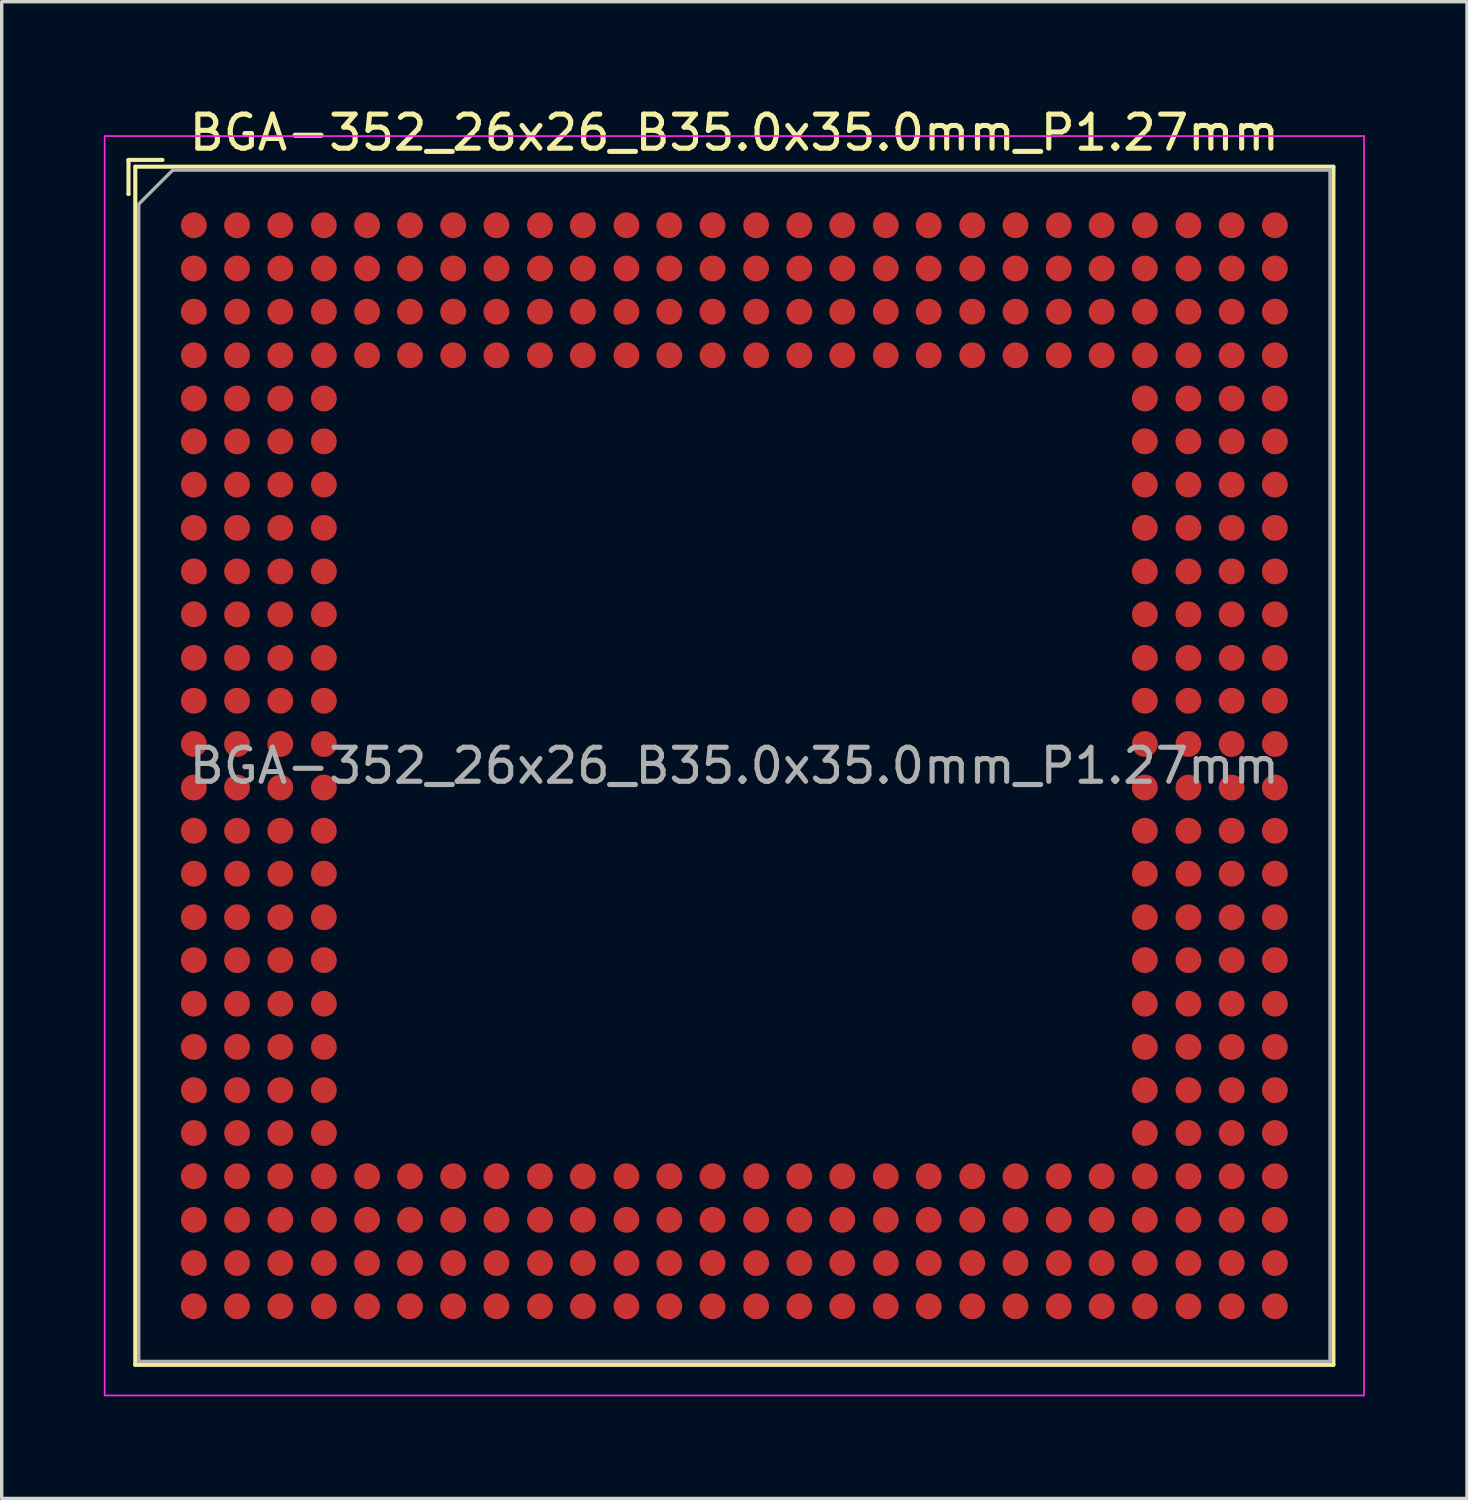
<source format=kicad_pcb>
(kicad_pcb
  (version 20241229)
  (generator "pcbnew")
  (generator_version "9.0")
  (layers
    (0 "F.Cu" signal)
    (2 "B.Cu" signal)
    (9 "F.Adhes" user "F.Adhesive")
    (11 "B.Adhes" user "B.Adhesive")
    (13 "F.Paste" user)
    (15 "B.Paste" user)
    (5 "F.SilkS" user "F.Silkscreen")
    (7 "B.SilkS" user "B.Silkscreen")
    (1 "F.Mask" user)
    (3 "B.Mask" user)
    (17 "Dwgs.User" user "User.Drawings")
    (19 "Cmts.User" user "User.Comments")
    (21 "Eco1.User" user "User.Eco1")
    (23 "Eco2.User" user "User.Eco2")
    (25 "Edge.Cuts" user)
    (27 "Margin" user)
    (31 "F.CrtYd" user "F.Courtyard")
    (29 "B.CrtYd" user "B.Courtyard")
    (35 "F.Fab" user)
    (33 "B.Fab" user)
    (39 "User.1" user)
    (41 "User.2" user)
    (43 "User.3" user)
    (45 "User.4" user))
  (footprint "BGA-352_26x26_B35.0x35.0mm_P1.27mm"
    (layer "F.Cu")
    (at 18.525 19.448)
    (property "Reference" "BGA-352_26x26_B35.0x35.0mm_P1.27mm" (at 0 -18.6 0) (layer "F.SilkS") (effects (font (size 1 1) (thickness 0.15))))
    (attr smd)
    (fp_line (start -17.8 -17.8) (end -17.8 -16.8) (stroke (width 0.12) (type solid)) (layer "F.SilkS"))
    (fp_line (start -17.8 -16.8) (end -17.8 -16.8) (stroke (width 0.12) (type solid)) (layer "F.SilkS"))
    (fp_line (start -17.6 -17.6) (end 17.6 -17.6) (stroke (width 0.12) (type solid)) (layer "F.SilkS"))
    (fp_line (start -17.6 17.6) (end -17.6 -17.6) (stroke (width 0.12) (type solid)) (layer "F.SilkS"))
    (fp_line (start -16.8 -17.8) (end -17.8 -17.8) (stroke (width 0.12) (type solid)) (layer "F.SilkS"))
    (fp_line (start 17.6 -17.6) (end 17.6 17.6) (stroke (width 0.12) (type solid)) (layer "F.SilkS"))
    (fp_line (start 17.6 17.6) (end -17.6 17.6) (stroke (width 0.12) (type solid)) (layer "F.SilkS"))
    (fp_line (start -18.5 -18.5) (end -18.5 18.5) (stroke (width 0.05) (type solid)) (layer "F.CrtYd"))
    (fp_line (start -18.5 -18.5) (end 18.5 -18.5) (stroke (width 0.05) (type solid)) (layer "F.CrtYd"))
    (fp_line (start 18.5 18.5) (end -18.5 18.5) (stroke (width 0.05) (type solid)) (layer "F.CrtYd"))
    (fp_line (start 18.5 18.5) (end 18.5 -18.5) (stroke (width 0.05) (type solid)) (layer "F.CrtYd"))
    (fp_line (start -17.5 -16.5) (end -17.5 17.5) (stroke (width 0.1) (type solid)) (layer "F.Fab"))
    (fp_line (start -17.5 17.5) (end 17.5 17.5) (stroke (width 0.1) (type solid)) (layer "F.Fab"))
    (fp_line (start -16.5 -17.5) (end -17.5 -16.5) (stroke (width 0.1) (type solid)) (layer "F.Fab"))
    (fp_line (start 17.5 -17.5) (end -16.5 -17.5) (stroke (width 0.1) (type solid)) (layer "F.Fab"))
    (fp_line (start 17.5 17.5) (end 17.5 -17.5) (stroke (width 0.1) (type solid)) (layer "F.Fab"))
    (fp_text user "${REFERENCE}" (at 0 0 0) (layer "F.Fab") (effects (font (size 1 1) (thickness 0.15))))
    (pad "A1" smd circle (at -15.88 -15.88) (size 0.76 0.76) (layers "F.Cu" "F.Mask" "F.Paste"))
    (pad "A2" smd circle (at -14.61 -15.88) (size 0.76 0.76) (layers "F.Cu" "F.Mask" "F.Paste"))
    (pad "A3" smd circle (at -13.34 -15.88) (size 0.76 0.76) (layers "F.Cu" "F.Mask" "F.Paste"))
    (pad "A4" smd circle (at -12.06 -15.88) (size 0.76 0.76) (layers "F.Cu" "F.Mask" "F.Paste"))
    (pad "A5" smd circle (at -10.79 -15.88) (size 0.76 0.76) (layers "F.Cu" "F.Mask" "F.Paste"))
    (pad "A6" smd circle (at -9.53 -15.88) (size 0.76 0.76) (layers "F.Cu" "F.Mask" "F.Paste"))
    (pad "A7" smd circle (at -8.26 -15.88) (size 0.76 0.76) (layers "F.Cu" "F.Mask" "F.Paste"))
    (pad "A8" smd circle (at -6.99 -15.88) (size 0.76 0.76) (layers "F.Cu" "F.Mask" "F.Paste"))
    (pad "A9" smd circle (at -5.71 -15.88) (size 0.76 0.76) (layers "F.Cu" "F.Mask" "F.Paste"))
    (pad "A10" smd circle (at -4.45 -15.88) (size 0.76 0.76) (layers "F.Cu" "F.Mask" "F.Paste"))
    (pad "A11" smd circle (at -3.17 -15.88) (size 0.76 0.76) (layers "F.Cu" "F.Mask" "F.Paste"))
    (pad "A12" smd circle (at -1.91 -15.88) (size 0.76 0.76) (layers "F.Cu" "F.Mask" "F.Paste"))
    (pad "A13" smd circle (at -0.64 -15.88) (size 0.76 0.76) (layers "F.Cu" "F.Mask" "F.Paste"))
    (pad "A14" smd circle (at 0.64 -15.88) (size 0.76 0.76) (layers "F.Cu" "F.Mask" "F.Paste"))
    (pad "A15" smd circle (at 1.91 -15.88) (size 0.76 0.76) (layers "F.Cu" "F.Mask" "F.Paste"))
    (pad "A16" smd circle (at 3.17 -15.88) (size 0.76 0.76) (layers "F.Cu" "F.Mask" "F.Paste"))
    (pad "A17" smd circle (at 4.45 -15.88) (size 0.76 0.76) (layers "F.Cu" "F.Mask" "F.Paste"))
    (pad "A18" smd circle (at 5.71 -15.88) (size 0.76 0.76) (layers "F.Cu" "F.Mask" "F.Paste"))
    (pad "A19" smd circle (at 6.99 -15.88) (size 0.76 0.76) (layers "F.Cu" "F.Mask" "F.Paste"))
    (pad "A20" smd circle (at 8.26 -15.88) (size 0.76 0.76) (layers "F.Cu" "F.Mask" "F.Paste"))
    (pad "A21" smd circle (at 9.53 -15.88) (size 0.76 0.76) (layers "F.Cu" "F.Mask" "F.Paste"))
    (pad "A22" smd circle (at 10.79 -15.88) (size 0.76 0.76) (layers "F.Cu" "F.Mask" "F.Paste"))
    (pad "A23" smd circle (at 12.06 -15.88) (size 0.76 0.76) (layers "F.Cu" "F.Mask" "F.Paste"))
    (pad "A24" smd circle (at 13.34 -15.88) (size 0.76 0.76) (layers "F.Cu" "F.Mask" "F.Paste"))
    (pad "A25" smd circle (at 14.61 -15.88) (size 0.76 0.76) (layers "F.Cu" "F.Mask" "F.Paste"))
    (pad "A26" smd circle (at 15.88 -15.88) (size 0.76 0.76) (layers "F.Cu" "F.Mask" "F.Paste"))
    (pad "AA1" smd circle (at -15.88 9.53) (size 0.76 0.76) (layers "F.Cu" "F.Mask" "F.Paste"))
    (pad "AA2" smd circle (at -14.61 9.53) (size 0.76 0.76) (layers "F.Cu" "F.Mask" "F.Paste"))
    (pad "AA3" smd circle (at -13.34 9.53) (size 0.76 0.76) (layers "F.Cu" "F.Mask" "F.Paste"))
    (pad "AA4" smd circle (at -12.06 9.53) (size 0.76 0.76) (layers "F.Cu" "F.Mask" "F.Paste"))
    (pad "AA23" smd circle (at 12.06 9.53) (size 0.76 0.76) (layers "F.Cu" "F.Mask" "F.Paste"))
    (pad "AA24" smd circle (at 13.34 9.53) (size 0.76 0.76) (layers "F.Cu" "F.Mask" "F.Paste"))
    (pad "AA25" smd circle (at 14.61 9.53) (size 0.76 0.76) (layers "F.Cu" "F.Mask" "F.Paste"))
    (pad "AA26" smd circle (at 15.88 9.53) (size 0.76 0.76) (layers "F.Cu" "F.Mask" "F.Paste"))
    (pad "AB1" smd circle (at -15.88 10.79) (size 0.76 0.76) (layers "F.Cu" "F.Mask" "F.Paste"))
    (pad "AB2" smd circle (at -14.61 10.79) (size 0.76 0.76) (layers "F.Cu" "F.Mask" "F.Paste"))
    (pad "AB3" smd circle (at -13.34 10.79) (size 0.76 0.76) (layers "F.Cu" "F.Mask" "F.Paste"))
    (pad "AB4" smd circle (at -12.06 10.79) (size 0.76 0.76) (layers "F.Cu" "F.Mask" "F.Paste"))
    (pad "AB23" smd circle (at 12.06 10.79) (size 0.76 0.76) (layers "F.Cu" "F.Mask" "F.Paste"))
    (pad "AB24" smd circle (at 13.34 10.79) (size 0.76 0.76) (layers "F.Cu" "F.Mask" "F.Paste"))
    (pad "AB25" smd circle (at 14.61 10.79) (size 0.76 0.76) (layers "F.Cu" "F.Mask" "F.Paste"))
    (pad "AB26" smd circle (at 15.88 10.79) (size 0.76 0.76) (layers "F.Cu" "F.Mask" "F.Paste"))
    (pad "AC1" smd circle (at -15.88 12.06) (size 0.76 0.76) (layers "F.Cu" "F.Mask" "F.Paste"))
    (pad "AC2" smd circle (at -14.61 12.06) (size 0.76 0.76) (layers "F.Cu" "F.Mask" "F.Paste"))
    (pad "AC3" smd circle (at -13.34 12.06) (size 0.76 0.76) (layers "F.Cu" "F.Mask" "F.Paste"))
    (pad "AC4" smd circle (at -12.06 12.06) (size 0.76 0.76) (layers "F.Cu" "F.Mask" "F.Paste"))
    (pad "AC5" smd circle (at -10.79 12.06) (size 0.76 0.76) (layers "F.Cu" "F.Mask" "F.Paste"))
    (pad "AC6" smd circle (at -9.53 12.06) (size 0.76 0.76) (layers "F.Cu" "F.Mask" "F.Paste"))
    (pad "AC7" smd circle (at -8.26 12.06) (size 0.76 0.76) (layers "F.Cu" "F.Mask" "F.Paste"))
    (pad "AC8" smd circle (at -6.99 12.06) (size 0.76 0.76) (layers "F.Cu" "F.Mask" "F.Paste"))
    (pad "AC9" smd circle (at -5.71 12.06) (size 0.76 0.76) (layers "F.Cu" "F.Mask" "F.Paste"))
    (pad "AC10" smd circle (at -4.45 12.06) (size 0.76 0.76) (layers "F.Cu" "F.Mask" "F.Paste"))
    (pad "AC11" smd circle (at -3.17 12.06) (size 0.76 0.76) (layers "F.Cu" "F.Mask" "F.Paste"))
    (pad "AC12" smd circle (at -1.91 12.06) (size 0.76 0.76) (layers "F.Cu" "F.Mask" "F.Paste"))
    (pad "AC13" smd circle (at -0.64 12.06) (size 0.76 0.76) (layers "F.Cu" "F.Mask" "F.Paste"))
    (pad "AC14" smd circle (at 0.64 12.06) (size 0.76 0.76) (layers "F.Cu" "F.Mask" "F.Paste"))
    (pad "AC15" smd circle (at 1.91 12.06) (size 0.76 0.76) (layers "F.Cu" "F.Mask" "F.Paste"))
    (pad "AC16" smd circle (at 3.17 12.06) (size 0.76 0.76) (layers "F.Cu" "F.Mask" "F.Paste"))
    (pad "AC17" smd circle (at 4.45 12.06) (size 0.76 0.76) (layers "F.Cu" "F.Mask" "F.Paste"))
    (pad "AC18" smd circle (at 5.71 12.06) (size 0.76 0.76) (layers "F.Cu" "F.Mask" "F.Paste"))
    (pad "AC19" smd circle (at 6.99 12.06) (size 0.76 0.76) (layers "F.Cu" "F.Mask" "F.Paste"))
    (pad "AC20" smd circle (at 8.26 12.06) (size 0.76 0.76) (layers "F.Cu" "F.Mask" "F.Paste"))
    (pad "AC21" smd circle (at 9.53 12.06) (size 0.76 0.76) (layers "F.Cu" "F.Mask" "F.Paste"))
    (pad "AC22" smd circle (at 10.79 12.06) (size 0.76 0.76) (layers "F.Cu" "F.Mask" "F.Paste"))
    (pad "AC23" smd circle (at 12.06 12.06) (size 0.76 0.76) (layers "F.Cu" "F.Mask" "F.Paste"))
    (pad "AC24" smd circle (at 13.34 12.06) (size 0.76 0.76) (layers "F.Cu" "F.Mask" "F.Paste"))
    (pad "AC25" smd circle (at 14.61 12.06) (size 0.76 0.76) (layers "F.Cu" "F.Mask" "F.Paste"))
    (pad "AC26" smd circle (at 15.88 12.06) (size 0.76 0.76) (layers "F.Cu" "F.Mask" "F.Paste"))
    (pad "AD1" smd circle (at -15.88 13.34) (size 0.76 0.76) (layers "F.Cu" "F.Mask" "F.Paste"))
    (pad "AD2" smd circle (at -14.61 13.34) (size 0.76 0.76) (layers "F.Cu" "F.Mask" "F.Paste"))
    (pad "AD3" smd circle (at -13.34 13.34) (size 0.76 0.76) (layers "F.Cu" "F.Mask" "F.Paste"))
    (pad "AD4" smd circle (at -12.06 13.34) (size 0.76 0.76) (layers "F.Cu" "F.Mask" "F.Paste"))
    (pad "AD5" smd circle (at -10.79 13.34) (size 0.76 0.76) (layers "F.Cu" "F.Mask" "F.Paste"))
    (pad "AD6" smd circle (at -9.53 13.34) (size 0.76 0.76) (layers "F.Cu" "F.Mask" "F.Paste"))
    (pad "AD7" smd circle (at -8.26 13.34) (size 0.76 0.76) (layers "F.Cu" "F.Mask" "F.Paste"))
    (pad "AD8" smd circle (at -6.99 13.34) (size 0.76 0.76) (layers "F.Cu" "F.Mask" "F.Paste"))
    (pad "AD9" smd circle (at -5.71 13.34) (size 0.76 0.76) (layers "F.Cu" "F.Mask" "F.Paste"))
    (pad "AD10" smd circle (at -4.45 13.34) (size 0.76 0.76) (layers "F.Cu" "F.Mask" "F.Paste"))
    (pad "AD11" smd circle (at -3.17 13.34) (size 0.76 0.76) (layers "F.Cu" "F.Mask" "F.Paste"))
    (pad "AD12" smd circle (at -1.91 13.34) (size 0.76 0.76) (layers "F.Cu" "F.Mask" "F.Paste"))
    (pad "AD13" smd circle (at -0.64 13.34) (size 0.76 0.76) (layers "F.Cu" "F.Mask" "F.Paste"))
    (pad "AD14" smd circle (at 0.64 13.34) (size 0.76 0.76) (layers "F.Cu" "F.Mask" "F.Paste"))
    (pad "AD15" smd circle (at 1.91 13.34) (size 0.76 0.76) (layers "F.Cu" "F.Mask" "F.Paste"))
    (pad "AD16" smd circle (at 3.17 13.34) (size 0.76 0.76) (layers "F.Cu" "F.Mask" "F.Paste"))
    (pad "AD17" smd circle (at 4.45 13.34) (size 0.76 0.76) (layers "F.Cu" "F.Mask" "F.Paste"))
    (pad "AD18" smd circle (at 5.71 13.34) (size 0.76 0.76) (layers "F.Cu" "F.Mask" "F.Paste"))
    (pad "AD19" smd circle (at 6.99 13.34) (size 0.76 0.76) (layers "F.Cu" "F.Mask" "F.Paste"))
    (pad "AD20" smd circle (at 8.26 13.34) (size 0.76 0.76) (layers "F.Cu" "F.Mask" "F.Paste"))
    (pad "AD21" smd circle (at 9.53 13.34) (size 0.76 0.76) (layers "F.Cu" "F.Mask" "F.Paste"))
    (pad "AD22" smd circle (at 10.79 13.34) (size 0.76 0.76) (layers "F.Cu" "F.Mask" "F.Paste"))
    (pad "AD23" smd circle (at 12.06 13.34) (size 0.76 0.76) (layers "F.Cu" "F.Mask" "F.Paste"))
    (pad "AD24" smd circle (at 13.34 13.34) (size 0.76 0.76) (layers "F.Cu" "F.Mask" "F.Paste"))
    (pad "AD25" smd circle (at 14.61 13.34) (size 0.76 0.76) (layers "F.Cu" "F.Mask" "F.Paste"))
    (pad "AD26" smd circle (at 15.88 13.34) (size 0.76 0.76) (layers "F.Cu" "F.Mask" "F.Paste"))
    (pad "AE1" smd circle (at -15.88 14.61) (size 0.76 0.76) (layers "F.Cu" "F.Mask" "F.Paste"))
    (pad "AE2" smd circle (at -14.61 14.61) (size 0.76 0.76) (layers "F.Cu" "F.Mask" "F.Paste"))
    (pad "AE3" smd circle (at -13.34 14.61) (size 0.76 0.76) (layers "F.Cu" "F.Mask" "F.Paste"))
    (pad "AE4" smd circle (at -12.06 14.61) (size 0.76 0.76) (layers "F.Cu" "F.Mask" "F.Paste"))
    (pad "AE5" smd circle (at -10.79 14.61) (size 0.76 0.76) (layers "F.Cu" "F.Mask" "F.Paste"))
    (pad "AE6" smd circle (at -9.53 14.61) (size 0.76 0.76) (layers "F.Cu" "F.Mask" "F.Paste"))
    (pad "AE7" smd circle (at -8.26 14.61) (size 0.76 0.76) (layers "F.Cu" "F.Mask" "F.Paste"))
    (pad "AE8" smd circle (at -6.99 14.61) (size 0.76 0.76) (layers "F.Cu" "F.Mask" "F.Paste"))
    (pad "AE9" smd circle (at -5.71 14.61) (size 0.76 0.76) (layers "F.Cu" "F.Mask" "F.Paste"))
    (pad "AE10" smd circle (at -4.45 14.61) (size 0.76 0.76) (layers "F.Cu" "F.Mask" "F.Paste"))
    (pad "AE11" smd circle (at -3.17 14.61) (size 0.76 0.76) (layers "F.Cu" "F.Mask" "F.Paste"))
    (pad "AE12" smd circle (at -1.91 14.61) (size 0.76 0.76) (layers "F.Cu" "F.Mask" "F.Paste"))
    (pad "AE13" smd circle (at -0.64 14.61) (size 0.76 0.76) (layers "F.Cu" "F.Mask" "F.Paste"))
    (pad "AE14" smd circle (at 0.64 14.61) (size 0.76 0.76) (layers "F.Cu" "F.Mask" "F.Paste"))
    (pad "AE15" smd circle (at 1.91 14.61) (size 0.76 0.76) (layers "F.Cu" "F.Mask" "F.Paste"))
    (pad "AE16" smd circle (at 3.17 14.61) (size 0.76 0.76) (layers "F.Cu" "F.Mask" "F.Paste"))
    (pad "AE17" smd circle (at 4.45 14.61) (size 0.76 0.76) (layers "F.Cu" "F.Mask" "F.Paste"))
    (pad "AE18" smd circle (at 5.71 14.61) (size 0.76 0.76) (layers "F.Cu" "F.Mask" "F.Paste"))
    (pad "AE19" smd circle (at 6.99 14.61) (size 0.76 0.76) (layers "F.Cu" "F.Mask" "F.Paste"))
    (pad "AE20" smd circle (at 8.26 14.61) (size 0.76 0.76) (layers "F.Cu" "F.Mask" "F.Paste"))
    (pad "AE21" smd circle (at 9.53 14.61) (size 0.76 0.76) (layers "F.Cu" "F.Mask" "F.Paste"))
    (pad "AE22" smd circle (at 10.79 14.61) (size 0.76 0.76) (layers "F.Cu" "F.Mask" "F.Paste"))
    (pad "AE23" smd circle (at 12.06 14.61) (size 0.76 0.76) (layers "F.Cu" "F.Mask" "F.Paste"))
    (pad "AE24" smd circle (at 13.34 14.61) (size 0.76 0.76) (layers "F.Cu" "F.Mask" "F.Paste"))
    (pad "AE25" smd circle (at 14.61 14.61) (size 0.76 0.76) (layers "F.Cu" "F.Mask" "F.Paste"))
    (pad "AE26" smd circle (at 15.88 14.61) (size 0.76 0.76) (layers "F.Cu" "F.Mask" "F.Paste"))
    (pad "AF1" smd circle (at -15.88 15.88) (size 0.76 0.76) (layers "F.Cu" "F.Mask" "F.Paste"))
    (pad "AF2" smd circle (at -14.61 15.88) (size 0.76 0.76) (layers "F.Cu" "F.Mask" "F.Paste"))
    (pad "AF3" smd circle (at -13.34 15.88) (size 0.76 0.76) (layers "F.Cu" "F.Mask" "F.Paste"))
    (pad "AF4" smd circle (at -12.06 15.88) (size 0.76 0.76) (layers "F.Cu" "F.Mask" "F.Paste"))
    (pad "AF5" smd circle (at -10.79 15.88) (size 0.76 0.76) (layers "F.Cu" "F.Mask" "F.Paste"))
    (pad "AF6" smd circle (at -9.53 15.88) (size 0.76 0.76) (layers "F.Cu" "F.Mask" "F.Paste"))
    (pad "AF7" smd circle (at -8.26 15.88) (size 0.76 0.76) (layers "F.Cu" "F.Mask" "F.Paste"))
    (pad "AF8" smd circle (at -6.99 15.88) (size 0.76 0.76) (layers "F.Cu" "F.Mask" "F.Paste"))
    (pad "AF9" smd circle (at -5.71 15.88) (size 0.76 0.76) (layers "F.Cu" "F.Mask" "F.Paste"))
    (pad "AF10" smd circle (at -4.45 15.88) (size 0.76 0.76) (layers "F.Cu" "F.Mask" "F.Paste"))
    (pad "AF11" smd circle (at -3.17 15.88) (size 0.76 0.76) (layers "F.Cu" "F.Mask" "F.Paste"))
    (pad "AF12" smd circle (at -1.91 15.88) (size 0.76 0.76) (layers "F.Cu" "F.Mask" "F.Paste"))
    (pad "AF13" smd circle (at -0.64 15.88) (size 0.76 0.76) (layers "F.Cu" "F.Mask" "F.Paste"))
    (pad "AF14" smd circle (at 0.64 15.88) (size 0.76 0.76) (layers "F.Cu" "F.Mask" "F.Paste"))
    (pad "AF15" smd circle (at 1.91 15.88) (size 0.76 0.76) (layers "F.Cu" "F.Mask" "F.Paste"))
    (pad "AF16" smd circle (at 3.17 15.88) (size 0.76 0.76) (layers "F.Cu" "F.Mask" "F.Paste"))
    (pad "AF17" smd circle (at 4.45 15.88) (size 0.76 0.76) (layers "F.Cu" "F.Mask" "F.Paste"))
    (pad "AF18" smd circle (at 5.71 15.88) (size 0.76 0.76) (layers "F.Cu" "F.Mask" "F.Paste"))
    (pad "AF19" smd circle (at 6.99 15.88) (size 0.76 0.76) (layers "F.Cu" "F.Mask" "F.Paste"))
    (pad "AF20" smd circle (at 8.26 15.88) (size 0.76 0.76) (layers "F.Cu" "F.Mask" "F.Paste"))
    (pad "AF21" smd circle (at 9.53 15.88) (size 0.76 0.76) (layers "F.Cu" "F.Mask" "F.Paste"))
    (pad "AF22" smd circle (at 10.79 15.88) (size 0.76 0.76) (layers "F.Cu" "F.Mask" "F.Paste"))
    (pad "AF23" smd circle (at 12.06 15.88) (size 0.76 0.76) (layers "F.Cu" "F.Mask" "F.Paste"))
    (pad "AF24" smd circle (at 13.34 15.88) (size 0.76 0.76) (layers "F.Cu" "F.Mask" "F.Paste"))
    (pad "AF25" smd circle (at 14.61 15.88) (size 0.76 0.76) (layers "F.Cu" "F.Mask" "F.Paste"))
    (pad "AF26" smd circle (at 15.88 15.88) (size 0.76 0.76) (layers "F.Cu" "F.Mask" "F.Paste"))
    (pad "B1" smd circle (at -15.88 -14.61) (size 0.76 0.76) (layers "F.Cu" "F.Mask" "F.Paste"))
    (pad "B2" smd circle (at -14.61 -14.61) (size 0.76 0.76) (layers "F.Cu" "F.Mask" "F.Paste"))
    (pad "B3" smd circle (at -13.34 -14.61) (size 0.76 0.76) (layers "F.Cu" "F.Mask" "F.Paste"))
    (pad "B4" smd circle (at -12.06 -14.61) (size 0.76 0.76) (layers "F.Cu" "F.Mask" "F.Paste"))
    (pad "B5" smd circle (at -10.79 -14.61) (size 0.76 0.76) (layers "F.Cu" "F.Mask" "F.Paste"))
    (pad "B6" smd circle (at -9.53 -14.61) (size 0.76 0.76) (layers "F.Cu" "F.Mask" "F.Paste"))
    (pad "B7" smd circle (at -8.26 -14.61) (size 0.76 0.76) (layers "F.Cu" "F.Mask" "F.Paste"))
    (pad "B8" smd circle (at -6.99 -14.61) (size 0.76 0.76) (layers "F.Cu" "F.Mask" "F.Paste"))
    (pad "B9" smd circle (at -5.71 -14.61) (size 0.76 0.76) (layers "F.Cu" "F.Mask" "F.Paste"))
    (pad "B10" smd circle (at -4.45 -14.61) (size 0.76 0.76) (layers "F.Cu" "F.Mask" "F.Paste"))
    (pad "B11" smd circle (at -3.17 -14.61) (size 0.76 0.76) (layers "F.Cu" "F.Mask" "F.Paste"))
    (pad "B12" smd circle (at -1.91 -14.61) (size 0.76 0.76) (layers "F.Cu" "F.Mask" "F.Paste"))
    (pad "B13" smd circle (at -0.64 -14.61) (size 0.76 0.76) (layers "F.Cu" "F.Mask" "F.Paste"))
    (pad "B14" smd circle (at 0.64 -14.61) (size 0.76 0.76) (layers "F.Cu" "F.Mask" "F.Paste"))
    (pad "B15" smd circle (at 1.91 -14.61) (size 0.76 0.76) (layers "F.Cu" "F.Mask" "F.Paste"))
    (pad "B16" smd circle (at 3.17 -14.61) (size 0.76 0.76) (layers "F.Cu" "F.Mask" "F.Paste"))
    (pad "B17" smd circle (at 4.45 -14.61) (size 0.76 0.76) (layers "F.Cu" "F.Mask" "F.Paste"))
    (pad "B18" smd circle (at 5.71 -14.61) (size 0.76 0.76) (layers "F.Cu" "F.Mask" "F.Paste"))
    (pad "B19" smd circle (at 6.99 -14.61) (size 0.76 0.76) (layers "F.Cu" "F.Mask" "F.Paste"))
    (pad "B20" smd circle (at 8.26 -14.61) (size 0.76 0.76) (layers "F.Cu" "F.Mask" "F.Paste"))
    (pad "B21" smd circle (at 9.53 -14.61) (size 0.76 0.76) (layers "F.Cu" "F.Mask" "F.Paste"))
    (pad "B22" smd circle (at 10.79 -14.61) (size 0.76 0.76) (layers "F.Cu" "F.Mask" "F.Paste"))
    (pad "B23" smd circle (at 12.06 -14.61) (size 0.76 0.76) (layers "F.Cu" "F.Mask" "F.Paste"))
    (pad "B24" smd circle (at 13.34 -14.61) (size 0.76 0.76) (layers "F.Cu" "F.Mask" "F.Paste"))
    (pad "B25" smd circle (at 14.61 -14.61) (size 0.76 0.76) (layers "F.Cu" "F.Mask" "F.Paste"))
    (pad "B26" smd circle (at 15.88 -14.61) (size 0.76 0.76) (layers "F.Cu" "F.Mask" "F.Paste"))
    (pad "C1" smd circle (at -15.88 -13.34) (size 0.76 0.76) (layers "F.Cu" "F.Mask" "F.Paste"))
    (pad "C2" smd circle (at -14.61 -13.34) (size 0.76 0.76) (layers "F.Cu" "F.Mask" "F.Paste"))
    (pad "C3" smd circle (at -13.34 -13.34) (size 0.76 0.76) (layers "F.Cu" "F.Mask" "F.Paste"))
    (pad "C4" smd circle (at -12.06 -13.34) (size 0.76 0.76) (layers "F.Cu" "F.Mask" "F.Paste"))
    (pad "C5" smd circle (at -10.79 -13.34) (size 0.76 0.76) (layers "F.Cu" "F.Mask" "F.Paste"))
    (pad "C6" smd circle (at -9.53 -13.34) (size 0.76 0.76) (layers "F.Cu" "F.Mask" "F.Paste"))
    (pad "C7" smd circle (at -8.26 -13.34) (size 0.76 0.76) (layers "F.Cu" "F.Mask" "F.Paste"))
    (pad "C8" smd circle (at -6.99 -13.34) (size 0.76 0.76) (layers "F.Cu" "F.Mask" "F.Paste"))
    (pad "C9" smd circle (at -5.71 -13.34) (size 0.76 0.76) (layers "F.Cu" "F.Mask" "F.Paste"))
    (pad "C10" smd circle (at -4.45 -13.34) (size 0.76 0.76) (layers "F.Cu" "F.Mask" "F.Paste"))
    (pad "C11" smd circle (at -3.17 -13.34) (size 0.76 0.76) (layers "F.Cu" "F.Mask" "F.Paste"))
    (pad "C12" smd circle (at -1.91 -13.34) (size 0.76 0.76) (layers "F.Cu" "F.Mask" "F.Paste"))
    (pad "C13" smd circle (at -0.64 -13.34) (size 0.76 0.76) (layers "F.Cu" "F.Mask" "F.Paste"))
    (pad "C14" smd circle (at 0.64 -13.34) (size 0.76 0.76) (layers "F.Cu" "F.Mask" "F.Paste"))
    (pad "C15" smd circle (at 1.91 -13.34) (size 0.76 0.76) (layers "F.Cu" "F.Mask" "F.Paste"))
    (pad "C16" smd circle (at 3.17 -13.34) (size 0.76 0.76) (layers "F.Cu" "F.Mask" "F.Paste"))
    (pad "C17" smd circle (at 4.45 -13.34) (size 0.76 0.76) (layers "F.Cu" "F.Mask" "F.Paste"))
    (pad "C18" smd circle (at 5.71 -13.34) (size 0.76 0.76) (layers "F.Cu" "F.Mask" "F.Paste"))
    (pad "C19" smd circle (at 6.99 -13.34) (size 0.76 0.76) (layers "F.Cu" "F.Mask" "F.Paste"))
    (pad "C20" smd circle (at 8.26 -13.34) (size 0.76 0.76) (layers "F.Cu" "F.Mask" "F.Paste"))
    (pad "C21" smd circle (at 9.53 -13.34) (size 0.76 0.76) (layers "F.Cu" "F.Mask" "F.Paste"))
    (pad "C22" smd circle (at 10.79 -13.34) (size 0.76 0.76) (layers "F.Cu" "F.Mask" "F.Paste"))
    (pad "C23" smd circle (at 12.06 -13.34) (size 0.76 0.76) (layers "F.Cu" "F.Mask" "F.Paste"))
    (pad "C24" smd circle (at 13.34 -13.34) (size 0.76 0.76) (layers "F.Cu" "F.Mask" "F.Paste"))
    (pad "C25" smd circle (at 14.61 -13.34) (size 0.76 0.76) (layers "F.Cu" "F.Mask" "F.Paste"))
    (pad "C26" smd circle (at 15.88 -13.34) (size 0.76 0.76) (layers "F.Cu" "F.Mask" "F.Paste"))
    (pad "D1" smd circle (at -15.88 -12.06) (size 0.76 0.76) (layers "F.Cu" "F.Mask" "F.Paste"))
    (pad "D2" smd circle (at -14.61 -12.06) (size 0.76 0.76) (layers "F.Cu" "F.Mask" "F.Paste"))
    (pad "D3" smd circle (at -13.34 -12.06) (size 0.76 0.76) (layers "F.Cu" "F.Mask" "F.Paste"))
    (pad "D4" smd circle (at -12.06 -12.06) (size 0.76 0.76) (layers "F.Cu" "F.Mask" "F.Paste"))
    (pad "D5" smd circle (at -10.79 -12.06) (size 0.76 0.76) (layers "F.Cu" "F.Mask" "F.Paste"))
    (pad "D6" smd circle (at -9.53 -12.06) (size 0.76 0.76) (layers "F.Cu" "F.Mask" "F.Paste"))
    (pad "D7" smd circle (at -8.26 -12.06) (size 0.76 0.76) (layers "F.Cu" "F.Mask" "F.Paste"))
    (pad "D8" smd circle (at -6.99 -12.06) (size 0.76 0.76) (layers "F.Cu" "F.Mask" "F.Paste"))
    (pad "D9" smd circle (at -5.71 -12.06) (size 0.76 0.76) (layers "F.Cu" "F.Mask" "F.Paste"))
    (pad "D10" smd circle (at -4.45 -12.06) (size 0.76 0.76) (layers "F.Cu" "F.Mask" "F.Paste"))
    (pad "D11" smd circle (at -3.17 -12.06) (size 0.76 0.76) (layers "F.Cu" "F.Mask" "F.Paste"))
    (pad "D12" smd circle (at -1.91 -12.06) (size 0.76 0.76) (layers "F.Cu" "F.Mask" "F.Paste"))
    (pad "D13" smd circle (at -0.64 -12.06) (size 0.76 0.76) (layers "F.Cu" "F.Mask" "F.Paste"))
    (pad "D14" smd circle (at 0.64 -12.06) (size 0.76 0.76) (layers "F.Cu" "F.Mask" "F.Paste"))
    (pad "D15" smd circle (at 1.91 -12.06) (size 0.76 0.76) (layers "F.Cu" "F.Mask" "F.Paste"))
    (pad "D16" smd circle (at 3.17 -12.06) (size 0.76 0.76) (layers "F.Cu" "F.Mask" "F.Paste"))
    (pad "D17" smd circle (at 4.45 -12.06) (size 0.76 0.76) (layers "F.Cu" "F.Mask" "F.Paste"))
    (pad "D18" smd circle (at 5.71 -12.06) (size 0.76 0.76) (layers "F.Cu" "F.Mask" "F.Paste"))
    (pad "D19" smd circle (at 6.99 -12.06) (size 0.76 0.76) (layers "F.Cu" "F.Mask" "F.Paste"))
    (pad "D20" smd circle (at 8.26 -12.06) (size 0.76 0.76) (layers "F.Cu" "F.Mask" "F.Paste"))
    (pad "D21" smd circle (at 9.53 -12.06) (size 0.76 0.76) (layers "F.Cu" "F.Mask" "F.Paste"))
    (pad "D22" smd circle (at 10.79 -12.06) (size 0.76 0.76) (layers "F.Cu" "F.Mask" "F.Paste"))
    (pad "D23" smd circle (at 12.06 -12.06) (size 0.76 0.76) (layers "F.Cu" "F.Mask" "F.Paste"))
    (pad "D24" smd circle (at 13.34 -12.06) (size 0.76 0.76) (layers "F.Cu" "F.Mask" "F.Paste"))
    (pad "D25" smd circle (at 14.61 -12.06) (size 0.76 0.76) (layers "F.Cu" "F.Mask" "F.Paste"))
    (pad "D26" smd circle (at 15.88 -12.06) (size 0.76 0.76) (layers "F.Cu" "F.Mask" "F.Paste"))
    (pad "E1" smd circle (at -15.88 -10.79) (size 0.76 0.76) (layers "F.Cu" "F.Mask" "F.Paste"))
    (pad "E2" smd circle (at -14.61 -10.79) (size 0.76 0.76) (layers "F.Cu" "F.Mask" "F.Paste"))
    (pad "E3" smd circle (at -13.34 -10.79) (size 0.76 0.76) (layers "F.Cu" "F.Mask" "F.Paste"))
    (pad "E4" smd circle (at -12.06 -10.79) (size 0.76 0.76) (layers "F.Cu" "F.Mask" "F.Paste"))
    (pad "E23" smd circle (at 12.06 -10.79) (size 0.76 0.76) (layers "F.Cu" "F.Mask" "F.Paste"))
    (pad "E24" smd circle (at 13.34 -10.79) (size 0.76 0.76) (layers "F.Cu" "F.Mask" "F.Paste"))
    (pad "E25" smd circle (at 14.61 -10.79) (size 0.76 0.76) (layers "F.Cu" "F.Mask" "F.Paste"))
    (pad "E26" smd circle (at 15.88 -10.79) (size 0.76 0.76) (layers "F.Cu" "F.Mask" "F.Paste"))
    (pad "F1" smd circle (at -15.88 -9.53) (size 0.76 0.76) (layers "F.Cu" "F.Mask" "F.Paste"))
    (pad "F2" smd circle (at -14.61 -9.53) (size 0.76 0.76) (layers "F.Cu" "F.Mask" "F.Paste"))
    (pad "F3" smd circle (at -13.34 -9.53) (size 0.76 0.76) (layers "F.Cu" "F.Mask" "F.Paste"))
    (pad "F4" smd circle (at -12.06 -9.53) (size 0.76 0.76) (layers "F.Cu" "F.Mask" "F.Paste"))
    (pad "F23" smd circle (at 12.06 -9.53) (size 0.76 0.76) (layers "F.Cu" "F.Mask" "F.Paste"))
    (pad "F24" smd circle (at 13.34 -9.53) (size 0.76 0.76) (layers "F.Cu" "F.Mask" "F.Paste"))
    (pad "F25" smd circle (at 14.61 -9.53) (size 0.76 0.76) (layers "F.Cu" "F.Mask" "F.Paste"))
    (pad "F26" smd circle (at 15.88 -9.53) (size 0.76 0.76) (layers "F.Cu" "F.Mask" "F.Paste"))
    (pad "G1" smd circle (at -15.88 -8.26) (size 0.76 0.76) (layers "F.Cu" "F.Mask" "F.Paste"))
    (pad "G2" smd circle (at -14.61 -8.26) (size 0.76 0.76) (layers "F.Cu" "F.Mask" "F.Paste"))
    (pad "G3" smd circle (at -13.34 -8.26) (size 0.76 0.76) (layers "F.Cu" "F.Mask" "F.Paste"))
    (pad "G4" smd circle (at -12.06 -8.26) (size 0.76 0.76) (layers "F.Cu" "F.Mask" "F.Paste"))
    (pad "G23" smd circle (at 12.06 -8.26) (size 0.76 0.76) (layers "F.Cu" "F.Mask" "F.Paste"))
    (pad "G24" smd circle (at 13.34 -8.26) (size 0.76 0.76) (layers "F.Cu" "F.Mask" "F.Paste"))
    (pad "G25" smd circle (at 14.61 -8.26) (size 0.76 0.76) (layers "F.Cu" "F.Mask" "F.Paste"))
    (pad "G26" smd circle (at 15.88 -8.26) (size 0.76 0.76) (layers "F.Cu" "F.Mask" "F.Paste"))
    (pad "H1" smd circle (at -15.88 -6.99) (size 0.76 0.76) (layers "F.Cu" "F.Mask" "F.Paste"))
    (pad "H2" smd circle (at -14.61 -6.99) (size 0.76 0.76) (layers "F.Cu" "F.Mask" "F.Paste"))
    (pad "H3" smd circle (at -13.34 -6.99) (size 0.76 0.76) (layers "F.Cu" "F.Mask" "F.Paste"))
    (pad "H4" smd circle (at -12.06 -6.99) (size 0.76 0.76) (layers "F.Cu" "F.Mask" "F.Paste"))
    (pad "H23" smd circle (at 12.06 -6.99) (size 0.76 0.76) (layers "F.Cu" "F.Mask" "F.Paste"))
    (pad "H24" smd circle (at 13.34 -6.99) (size 0.76 0.76) (layers "F.Cu" "F.Mask" "F.Paste"))
    (pad "H25" smd circle (at 14.61 -6.99) (size 0.76 0.76) (layers "F.Cu" "F.Mask" "F.Paste"))
    (pad "H26" smd circle (at 15.88 -6.99) (size 0.76 0.76) (layers "F.Cu" "F.Mask" "F.Paste"))
    (pad "J1" smd circle (at -15.88 -5.71) (size 0.76 0.76) (layers "F.Cu" "F.Mask" "F.Paste"))
    (pad "J2" smd circle (at -14.61 -5.71) (size 0.76 0.76) (layers "F.Cu" "F.Mask" "F.Paste"))
    (pad "J3" smd circle (at -13.34 -5.71) (size 0.76 0.76) (layers "F.Cu" "F.Mask" "F.Paste"))
    (pad "J4" smd circle (at -12.06 -5.71) (size 0.76 0.76) (layers "F.Cu" "F.Mask" "F.Paste"))
    (pad "J23" smd circle (at 12.06 -5.71) (size 0.76 0.76) (layers "F.Cu" "F.Mask" "F.Paste"))
    (pad "J24" smd circle (at 13.34 -5.71) (size 0.76 0.76) (layers "F.Cu" "F.Mask" "F.Paste"))
    (pad "J25" smd circle (at 14.61 -5.71) (size 0.76 0.76) (layers "F.Cu" "F.Mask" "F.Paste"))
    (pad "J26" smd circle (at 15.88 -5.71) (size 0.76 0.76) (layers "F.Cu" "F.Mask" "F.Paste"))
    (pad "K1" smd circle (at -15.88 -4.45) (size 0.76 0.76) (layers "F.Cu" "F.Mask" "F.Paste"))
    (pad "K2" smd circle (at -14.61 -4.45) (size 0.76 0.76) (layers "F.Cu" "F.Mask" "F.Paste"))
    (pad "K3" smd circle (at -13.34 -4.45) (size 0.76 0.76) (layers "F.Cu" "F.Mask" "F.Paste"))
    (pad "K4" smd circle (at -12.06 -4.45) (size 0.76 0.76) (layers "F.Cu" "F.Mask" "F.Paste"))
    (pad "K23" smd circle (at 12.06 -4.45) (size 0.76 0.76) (layers "F.Cu" "F.Mask" "F.Paste"))
    (pad "K24" smd circle (at 13.34 -4.45) (size 0.76 0.76) (layers "F.Cu" "F.Mask" "F.Paste"))
    (pad "K25" smd circle (at 14.61 -4.45) (size 0.76 0.76) (layers "F.Cu" "F.Mask" "F.Paste"))
    (pad "K26" smd circle (at 15.88 -4.45) (size 0.76 0.76) (layers "F.Cu" "F.Mask" "F.Paste"))
    (pad "L1" smd circle (at -15.88 -3.17) (size 0.76 0.76) (layers "F.Cu" "F.Mask" "F.Paste"))
    (pad "L2" smd circle (at -14.61 -3.17) (size 0.76 0.76) (layers "F.Cu" "F.Mask" "F.Paste"))
    (pad "L3" smd circle (at -13.34 -3.17) (size 0.76 0.76) (layers "F.Cu" "F.Mask" "F.Paste"))
    (pad "L4" smd circle (at -12.06 -3.17) (size 0.76 0.76) (layers "F.Cu" "F.Mask" "F.Paste"))
    (pad "L23" smd circle (at 12.06 -3.17) (size 0.76 0.76) (layers "F.Cu" "F.Mask" "F.Paste"))
    (pad "L24" smd circle (at 13.34 -3.17) (size 0.76 0.76) (layers "F.Cu" "F.Mask" "F.Paste"))
    (pad "L25" smd circle (at 14.61 -3.17) (size 0.76 0.76) (layers "F.Cu" "F.Mask" "F.Paste"))
    (pad "L26" smd circle (at 15.88 -3.17) (size 0.76 0.76) (layers "F.Cu" "F.Mask" "F.Paste"))
    (pad "M1" smd circle (at -15.88 -1.91) (size 0.76 0.76) (layers "F.Cu" "F.Mask" "F.Paste"))
    (pad "M2" smd circle (at -14.61 -1.91) (size 0.76 0.76) (layers "F.Cu" "F.Mask" "F.Paste"))
    (pad "M3" smd circle (at -13.34 -1.91) (size 0.76 0.76) (layers "F.Cu" "F.Mask" "F.Paste"))
    (pad "M4" smd circle (at -12.06 -1.91) (size 0.76 0.76) (layers "F.Cu" "F.Mask" "F.Paste"))
    (pad "M23" smd circle (at 12.06 -1.91) (size 0.76 0.76) (layers "F.Cu" "F.Mask" "F.Paste"))
    (pad "M24" smd circle (at 13.34 -1.91) (size 0.76 0.76) (layers "F.Cu" "F.Mask" "F.Paste"))
    (pad "M25" smd circle (at 14.61 -1.91) (size 0.76 0.76) (layers "F.Cu" "F.Mask" "F.Paste"))
    (pad "M26" smd circle (at 15.88 -1.91) (size 0.76 0.76) (layers "F.Cu" "F.Mask" "F.Paste"))
    (pad "N1" smd circle (at -15.88 -0.64) (size 0.76 0.76) (layers "F.Cu" "F.Mask" "F.Paste"))
    (pad "N2" smd circle (at -14.61 -0.64) (size 0.76 0.76) (layers "F.Cu" "F.Mask" "F.Paste"))
    (pad "N3" smd circle (at -13.34 -0.64) (size 0.76 0.76) (layers "F.Cu" "F.Mask" "F.Paste"))
    (pad "N4" smd circle (at -12.06 -0.64) (size 0.76 0.76) (layers "F.Cu" "F.Mask" "F.Paste"))
    (pad "N23" smd circle (at 12.06 -0.64) (size 0.76 0.76) (layers "F.Cu" "F.Mask" "F.Paste"))
    (pad "N24" smd circle (at 13.34 -0.64) (size 0.76 0.76) (layers "F.Cu" "F.Mask" "F.Paste"))
    (pad "N25" smd circle (at 14.61 -0.64) (size 0.76 0.76) (layers "F.Cu" "F.Mask" "F.Paste"))
    (pad "N26" smd circle (at 15.88 -0.64) (size 0.76 0.76) (layers "F.Cu" "F.Mask" "F.Paste"))
    (pad "P1" smd circle (at -15.88 0.64) (size 0.76 0.76) (layers "F.Cu" "F.Mask" "F.Paste"))
    (pad "P2" smd circle (at -14.61 0.64) (size 0.76 0.76) (layers "F.Cu" "F.Mask" "F.Paste"))
    (pad "P3" smd circle (at -13.34 0.64) (size 0.76 0.76) (layers "F.Cu" "F.Mask" "F.Paste"))
    (pad "P4" smd circle (at -12.06 0.64) (size 0.76 0.76) (layers "F.Cu" "F.Mask" "F.Paste"))
    (pad "P23" smd circle (at 12.06 0.64) (size 0.76 0.76) (layers "F.Cu" "F.Mask" "F.Paste"))
    (pad "P24" smd circle (at 13.34 0.64) (size 0.76 0.76) (layers "F.Cu" "F.Mask" "F.Paste"))
    (pad "P25" smd circle (at 14.61 0.64) (size 0.76 0.76) (layers "F.Cu" "F.Mask" "F.Paste"))
    (pad "P26" smd circle (at 15.88 0.64) (size 0.76 0.76) (layers "F.Cu" "F.Mask" "F.Paste"))
    (pad "R1" smd circle (at -15.88 1.91) (size 0.76 0.76) (layers "F.Cu" "F.Mask" "F.Paste"))
    (pad "R2" smd circle (at -14.61 1.91) (size 0.76 0.76) (layers "F.Cu" "F.Mask" "F.Paste"))
    (pad "R3" smd circle (at -13.34 1.91) (size 0.76 0.76) (layers "F.Cu" "F.Mask" "F.Paste"))
    (pad "R4" smd circle (at -12.06 1.91) (size 0.76 0.76) (layers "F.Cu" "F.Mask" "F.Paste"))
    (pad "R23" smd circle (at 12.06 1.91) (size 0.76 0.76) (layers "F.Cu" "F.Mask" "F.Paste"))
    (pad "R24" smd circle (at 13.34 1.91) (size 0.76 0.76) (layers "F.Cu" "F.Mask" "F.Paste"))
    (pad "R25" smd circle (at 14.61 1.91) (size 0.76 0.76) (layers "F.Cu" "F.Mask" "F.Paste"))
    (pad "R26" smd circle (at 15.88 1.91) (size 0.76 0.76) (layers "F.Cu" "F.Mask" "F.Paste"))
    (pad "T1" smd circle (at -15.88 3.17) (size 0.76 0.76) (layers "F.Cu" "F.Mask" "F.Paste"))
    (pad "T2" smd circle (at -14.61 3.17) (size 0.76 0.76) (layers "F.Cu" "F.Mask" "F.Paste"))
    (pad "T3" smd circle (at -13.34 3.17) (size 0.76 0.76) (layers "F.Cu" "F.Mask" "F.Paste"))
    (pad "T4" smd circle (at -12.06 3.17) (size 0.76 0.76) (layers "F.Cu" "F.Mask" "F.Paste"))
    (pad "T23" smd circle (at 12.06 3.17) (size 0.76 0.76) (layers "F.Cu" "F.Mask" "F.Paste"))
    (pad "T24" smd circle (at 13.34 3.17) (size 0.76 0.76) (layers "F.Cu" "F.Mask" "F.Paste"))
    (pad "T25" smd circle (at 14.61 3.17) (size 0.76 0.76) (layers "F.Cu" "F.Mask" "F.Paste"))
    (pad "T26" smd circle (at 15.88 3.17) (size 0.76 0.76) (layers "F.Cu" "F.Mask" "F.Paste"))
    (pad "U1" smd circle (at -15.88 4.45) (size 0.76 0.76) (layers "F.Cu" "F.Mask" "F.Paste"))
    (pad "U2" smd circle (at -14.61 4.45) (size 0.76 0.76) (layers "F.Cu" "F.Mask" "F.Paste"))
    (pad "U3" smd circle (at -13.34 4.45) (size 0.76 0.76) (layers "F.Cu" "F.Mask" "F.Paste"))
    (pad "U4" smd circle (at -12.06 4.45) (size 0.76 0.76) (layers "F.Cu" "F.Mask" "F.Paste"))
    (pad "U23" smd circle (at 12.06 4.45) (size 0.76 0.76) (layers "F.Cu" "F.Mask" "F.Paste"))
    (pad "U24" smd circle (at 13.34 4.45) (size 0.76 0.76) (layers "F.Cu" "F.Mask" "F.Paste"))
    (pad "U25" smd circle (at 14.61 4.45) (size 0.76 0.76) (layers "F.Cu" "F.Mask" "F.Paste"))
    (pad "U26" smd circle (at 15.88 4.45) (size 0.76 0.76) (layers "F.Cu" "F.Mask" "F.Paste"))
    (pad "V1" smd circle (at -15.88 5.71) (size 0.76 0.76) (layers "F.Cu" "F.Mask" "F.Paste"))
    (pad "V2" smd circle (at -14.61 5.71) (size 0.76 0.76) (layers "F.Cu" "F.Mask" "F.Paste"))
    (pad "V3" smd circle (at -13.34 5.71) (size 0.76 0.76) (layers "F.Cu" "F.Mask" "F.Paste"))
    (pad "V4" smd circle (at -12.06 5.71) (size 0.76 0.76) (layers "F.Cu" "F.Mask" "F.Paste"))
    (pad "V23" smd circle (at 12.06 5.71) (size 0.76 0.76) (layers "F.Cu" "F.Mask" "F.Paste"))
    (pad "V24" smd circle (at 13.34 5.71) (size 0.76 0.76) (layers "F.Cu" "F.Mask" "F.Paste"))
    (pad "V25" smd circle (at 14.61 5.71) (size 0.76 0.76) (layers "F.Cu" "F.Mask" "F.Paste"))
    (pad "V26" smd circle (at 15.88 5.71) (size 0.76 0.76) (layers "F.Cu" "F.Mask" "F.Paste"))
    (pad "W1" smd circle (at -15.88 6.99) (size 0.76 0.76) (layers "F.Cu" "F.Mask" "F.Paste"))
    (pad "W2" smd circle (at -14.61 6.99) (size 0.76 0.76) (layers "F.Cu" "F.Mask" "F.Paste"))
    (pad "W3" smd circle (at -13.34 6.99) (size 0.76 0.76) (layers "F.Cu" "F.Mask" "F.Paste"))
    (pad "W4" smd circle (at -12.06 6.99) (size 0.76 0.76) (layers "F.Cu" "F.Mask" "F.Paste"))
    (pad "W23" smd circle (at 12.06 6.99) (size 0.76 0.76) (layers "F.Cu" "F.Mask" "F.Paste"))
    (pad "W24" smd circle (at 13.34 6.99) (size 0.76 0.76) (layers "F.Cu" "F.Mask" "F.Paste"))
    (pad "W25" smd circle (at 14.61 6.99) (size 0.76 0.76) (layers "F.Cu" "F.Mask" "F.Paste"))
    (pad "W26" smd circle (at 15.88 6.99) (size 0.76 0.76) (layers "F.Cu" "F.Mask" "F.Paste"))
    (pad "Y1" smd circle (at -15.88 8.26) (size 0.76 0.76) (layers "F.Cu" "F.Mask" "F.Paste"))
    (pad "Y2" smd circle (at -14.61 8.26) (size 0.76 0.76) (layers "F.Cu" "F.Mask" "F.Paste"))
    (pad "Y3" smd circle (at -13.34 8.26) (size 0.76 0.76) (layers "F.Cu" "F.Mask" "F.Paste"))
    (pad "Y4" smd circle (at -12.06 8.26) (size 0.76 0.76) (layers "F.Cu" "F.Mask" "F.Paste"))
    (pad "Y23" smd circle (at 12.06 8.26) (size 0.76 0.76) (layers "F.Cu" "F.Mask" "F.Paste"))
    (pad "Y24" smd circle (at 13.34 8.26) (size 0.76 0.76) (layers "F.Cu" "F.Mask" "F.Paste"))
    (pad "Y25" smd circle (at 14.61 8.26) (size 0.76 0.76) (layers "F.Cu" "F.Mask" "F.Paste"))
    (pad "Y26" smd circle (at 15.88 8.26) (size 0.76 0.76) (layers "F.Cu" "F.Mask" "F.Paste")))
  (gr_rect
    (start -3 -3)
    (end 40.05 40.973)
    (stroke (width 0.1) (type default))
    (fill no)
    (layer "Edge.Cuts")))
</source>
